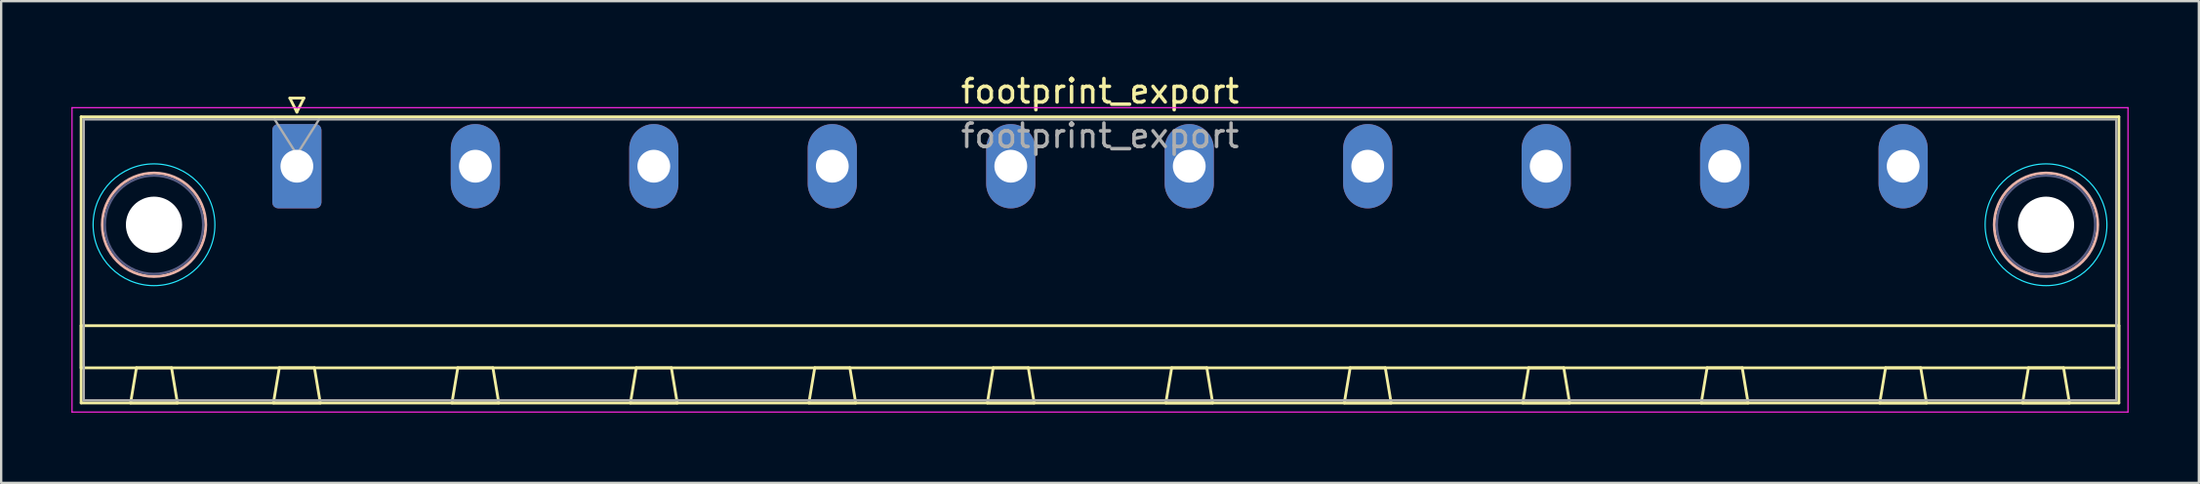
<source format=kicad_pcb>
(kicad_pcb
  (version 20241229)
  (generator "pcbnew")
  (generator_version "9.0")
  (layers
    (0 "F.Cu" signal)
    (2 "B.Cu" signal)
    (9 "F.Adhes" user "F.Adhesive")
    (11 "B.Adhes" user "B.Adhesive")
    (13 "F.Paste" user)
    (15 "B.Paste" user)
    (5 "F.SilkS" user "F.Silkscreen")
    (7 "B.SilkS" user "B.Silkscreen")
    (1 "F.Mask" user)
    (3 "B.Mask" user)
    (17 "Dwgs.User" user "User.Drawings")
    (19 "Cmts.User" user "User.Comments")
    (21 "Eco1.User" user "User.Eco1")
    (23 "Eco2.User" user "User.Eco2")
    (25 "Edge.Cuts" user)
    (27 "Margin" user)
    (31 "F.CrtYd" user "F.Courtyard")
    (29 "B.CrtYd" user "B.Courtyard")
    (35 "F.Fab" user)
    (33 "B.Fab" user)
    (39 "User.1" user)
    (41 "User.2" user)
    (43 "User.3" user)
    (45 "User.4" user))
  (footprint "footprint_export"
    (layer "F.Cu")
    (at 9.625 4.048)
    (property "Reference" "footprint_export" (at 34.29 -3.2 0) (layer "F.SilkS") (effects (font (size 1 1) (thickness 0.15))))
    (attr through_hole)
    (fp_line (start -9.21 -2.11) (end -9.21 10.11) (stroke (width 0.12) (type solid)) (layer "F.SilkS"))
    (fp_line (start -9.21 6.81) (end 77.79 6.81) (stroke (width 0.12) (type solid)) (layer "F.SilkS"))
    (fp_line (start -9.21 8.61) (end -9.21 6.81) (stroke (width 0.12) (type solid)) (layer "F.SilkS"))
    (fp_line (start -9.21 10.11) (end 77.79 10.11) (stroke (width 0.12) (type solid)) (layer "F.SilkS"))
    (fp_line (start -7.1 10.11) (end -5.1 10.11) (stroke (width 0.12) (type solid)) (layer "F.SilkS"))
    (fp_line (start -6.85 8.61) (end -7.1 10.11) (stroke (width 0.12) (type solid)) (layer "F.SilkS"))
    (fp_line (start -5.35 8.61) (end -6.85 8.61) (stroke (width 0.12) (type solid)) (layer "F.SilkS"))
    (fp_line (start -5.1 10.11) (end -5.35 8.61) (stroke (width 0.12) (type solid)) (layer "F.SilkS"))
    (fp_line (start -1 10.11) (end 1 10.11) (stroke (width 0.12) (type solid)) (layer "F.SilkS"))
    (fp_line (start -0.75 8.61) (end -1 10.11) (stroke (width 0.12) (type solid)) (layer "F.SilkS"))
    (fp_line (start -0.3 -2.91) (end 0.3 -2.91) (stroke (width 0.12) (type solid)) (layer "F.SilkS"))
    (fp_line (start 0 -2.31) (end -0.3 -2.91) (stroke (width 0.12) (type solid)) (layer "F.SilkS"))
    (fp_line (start 0.3 -2.91) (end 0 -2.31) (stroke (width 0.12) (type solid)) (layer "F.SilkS"))
    (fp_line (start 0.75 8.61) (end -0.75 8.61) (stroke (width 0.12) (type solid)) (layer "F.SilkS"))
    (fp_line (start 1 10.11) (end 0.75 8.61) (stroke (width 0.12) (type solid)) (layer "F.SilkS"))
    (fp_line (start 6.62 10.11) (end 8.62 10.11) (stroke (width 0.12) (type solid)) (layer "F.SilkS"))
    (fp_line (start 6.87 8.61) (end 6.62 10.11) (stroke (width 0.12) (type solid)) (layer "F.SilkS"))
    (fp_line (start 8.37 8.61) (end 6.87 8.61) (stroke (width 0.12) (type solid)) (layer "F.SilkS"))
    (fp_line (start 8.62 10.11) (end 8.37 8.61) (stroke (width 0.12) (type solid)) (layer "F.SilkS"))
    (fp_line (start 14.24 10.11) (end 16.24 10.11) (stroke (width 0.12) (type solid)) (layer "F.SilkS"))
    (fp_line (start 14.49 8.61) (end 14.24 10.11) (stroke (width 0.12) (type solid)) (layer "F.SilkS"))
    (fp_line (start 15.99 8.61) (end 14.49 8.61) (stroke (width 0.12) (type solid)) (layer "F.SilkS"))
    (fp_line (start 16.24 10.11) (end 15.99 8.61) (stroke (width 0.12) (type solid)) (layer "F.SilkS"))
    (fp_line (start 21.86 10.11) (end 23.86 10.11) (stroke (width 0.12) (type solid)) (layer "F.SilkS"))
    (fp_line (start 22.11 8.61) (end 21.86 10.11) (stroke (width 0.12) (type solid)) (layer "F.SilkS"))
    (fp_line (start 23.61 8.61) (end 22.11 8.61) (stroke (width 0.12) (type solid)) (layer "F.SilkS"))
    (fp_line (start 23.86 10.11) (end 23.61 8.61) (stroke (width 0.12) (type solid)) (layer "F.SilkS"))
    (fp_line (start 29.48 10.11) (end 31.48 10.11) (stroke (width 0.12) (type solid)) (layer "F.SilkS"))
    (fp_line (start 29.73 8.61) (end 29.48 10.11) (stroke (width 0.12) (type solid)) (layer "F.SilkS"))
    (fp_line (start 31.23 8.61) (end 29.73 8.61) (stroke (width 0.12) (type solid)) (layer "F.SilkS"))
    (fp_line (start 31.48 10.11) (end 31.23 8.61) (stroke (width 0.12) (type solid)) (layer "F.SilkS"))
    (fp_line (start 37.1 10.11) (end 39.1 10.11) (stroke (width 0.12) (type solid)) (layer "F.SilkS"))
    (fp_line (start 37.35 8.61) (end 37.1 10.11) (stroke (width 0.12) (type solid)) (layer "F.SilkS"))
    (fp_line (start 38.85 8.61) (end 37.35 8.61) (stroke (width 0.12) (type solid)) (layer "F.SilkS"))
    (fp_line (start 39.1 10.11) (end 38.85 8.61) (stroke (width 0.12) (type solid)) (layer "F.SilkS"))
    (fp_line (start 44.72 10.11) (end 46.72 10.11) (stroke (width 0.12) (type solid)) (layer "F.SilkS"))
    (fp_line (start 44.97 8.61) (end 44.72 10.11) (stroke (width 0.12) (type solid)) (layer "F.SilkS"))
    (fp_line (start 46.47 8.61) (end 44.97 8.61) (stroke (width 0.12) (type solid)) (layer "F.SilkS"))
    (fp_line (start 46.72 10.11) (end 46.47 8.61) (stroke (width 0.12) (type solid)) (layer "F.SilkS"))
    (fp_line (start 52.34 10.11) (end 54.34 10.11) (stroke (width 0.12) (type solid)) (layer "F.SilkS"))
    (fp_line (start 52.59 8.61) (end 52.34 10.11) (stroke (width 0.12) (type solid)) (layer "F.SilkS"))
    (fp_line (start 54.09 8.61) (end 52.59 8.61) (stroke (width 0.12) (type solid)) (layer "F.SilkS"))
    (fp_line (start 54.34 10.11) (end 54.09 8.61) (stroke (width 0.12) (type solid)) (layer "F.SilkS"))
    (fp_line (start 59.96 10.11) (end 61.96 10.11) (stroke (width 0.12) (type solid)) (layer "F.SilkS"))
    (fp_line (start 60.21 8.61) (end 59.96 10.11) (stroke (width 0.12) (type solid)) (layer "F.SilkS"))
    (fp_line (start 61.71 8.61) (end 60.21 8.61) (stroke (width 0.12) (type solid)) (layer "F.SilkS"))
    (fp_line (start 61.96 10.11) (end 61.71 8.61) (stroke (width 0.12) (type solid)) (layer "F.SilkS"))
    (fp_line (start 67.58 10.11) (end 69.58 10.11) (stroke (width 0.12) (type solid)) (layer "F.SilkS"))
    (fp_line (start 67.83 8.61) (end 67.58 10.11) (stroke (width 0.12) (type solid)) (layer "F.SilkS"))
    (fp_line (start 69.33 8.61) (end 67.83 8.61) (stroke (width 0.12) (type solid)) (layer "F.SilkS"))
    (fp_line (start 69.58 10.11) (end 69.33 8.61) (stroke (width 0.12) (type solid)) (layer "F.SilkS"))
    (fp_line (start 73.68 10.11) (end 75.68 10.11) (stroke (width 0.12) (type solid)) (layer "F.SilkS"))
    (fp_line (start 73.93 8.61) (end 73.68 10.11) (stroke (width 0.12) (type solid)) (layer "F.SilkS"))
    (fp_line (start 75.43 8.61) (end 73.93 8.61) (stroke (width 0.12) (type solid)) (layer "F.SilkS"))
    (fp_line (start 75.68 10.11) (end 75.43 8.61) (stroke (width 0.12) (type solid)) (layer "F.SilkS"))
    (fp_line (start 77.79 -2.11) (end -9.21 -2.11) (stroke (width 0.12) (type solid)) (layer "F.SilkS"))
    (fp_line (start 77.79 6.81) (end 77.79 8.61) (stroke (width 0.12) (type solid)) (layer "F.SilkS"))
    (fp_line (start 77.79 8.61) (end -9.21 8.61) (stroke (width 0.12) (type solid)) (layer "F.SilkS"))
    (fp_line (start 77.79 10.11) (end 77.79 -2.11) (stroke (width 0.12) (type solid)) (layer "F.SilkS"))
    (fp_circle (center -6.1 2.5) (end -3.89 2.5) (stroke (width 0.12) (type solid)) (fill no) (layer "B.SilkS"))
    (fp_circle (center 74.68 2.5) (end 76.89 2.5) (stroke (width 0.12) (type solid)) (fill no) (layer "B.SilkS"))
    (fp_circle (center -6.1 2.5) (end -3.5 2.5) (stroke (width 0.05) (type solid)) (fill no) (layer "B.CrtYd"))
    (fp_circle (center 74.68 2.5) (end 77.28 2.5) (stroke (width 0.05) (type solid)) (fill no) (layer "B.CrtYd"))
    (fp_line (start -9.6 -2.5) (end -9.6 10.5) (stroke (width 0.05) (type solid)) (layer "F.CrtYd"))
    (fp_line (start -9.6 10.5) (end 78.18 10.5) (stroke (width 0.05) (type solid)) (layer "F.CrtYd"))
    (fp_line (start 78.18 -2.5) (end -9.6 -2.5) (stroke (width 0.05) (type solid)) (layer "F.CrtYd"))
    (fp_line (start 78.18 10.5) (end 78.18 -2.5) (stroke (width 0.05) (type solid)) (layer "F.CrtYd"))
    (fp_circle (center -6.1 2.5) (end -4 2.5) (stroke (width 0.1) (type solid)) (fill no) (layer "B.Fab"))
    (fp_circle (center 74.68 2.5) (end 76.78 2.5) (stroke (width 0.1) (type solid)) (fill no) (layer "B.Fab"))
    (fp_line (start -9.1 -2) (end -9.1 10) (stroke (width 0.1) (type solid)) (layer "F.Fab"))
    (fp_line (start -9.1 10) (end 77.68 10) (stroke (width 0.1) (type solid)) (layer "F.Fab"))
    (fp_line (start 0 -0.5) (end -0.95 -2) (stroke (width 0.1) (type solid)) (layer "F.Fab"))
    (fp_line (start 0.95 -2) (end 0 -0.5) (stroke (width 0.1) (type solid)) (layer "F.Fab"))
    (fp_line (start 77.68 -2) (end -9.1 -2) (stroke (width 0.1) (type solid)) (layer "F.Fab"))
    (fp_line (start 77.68 10) (end 77.68 -2) (stroke (width 0.1) (type solid)) (layer "F.Fab"))
    (fp_text user "${REFERENCE}" (at 34.29 -1.3 0) (layer "F.Fab") (effects (font (size 1 1) (thickness 0.15))))
    (pad "" np_thru_hole circle (at -6.1 2.5) (size 2.4 2.4) (drill 2.4) (layers "*.Cu" "*.Mask"))
    (pad "" np_thru_hole circle (at 74.68 2.5) (size 2.4 2.4) (drill 2.4) (layers "*.Cu" "*.Mask"))
    (pad "1" thru_hole roundrect (at 0 0) (size 2.1 3.6) (drill 1.4) (layers "*.Cu" "*.Mask") (roundrect_rratio 0.119))
    (pad "2" thru_hole oval (at 7.62 0) (size 2.1 3.6) (drill 1.4) (layers "*.Cu" "*.Mask"))
    (pad "3" thru_hole oval (at 15.24 0) (size 2.1 3.6) (drill 1.4) (layers "*.Cu" "*.Mask"))
    (pad "4" thru_hole oval (at 22.86 0) (size 2.1 3.6) (drill 1.4) (layers "*.Cu" "*.Mask"))
    (pad "5" thru_hole oval (at 30.48 0) (size 2.1 3.6) (drill 1.4) (layers "*.Cu" "*.Mask"))
    (pad "6" thru_hole oval (at 38.1 0) (size 2.1 3.6) (drill 1.4) (layers "*.Cu" "*.Mask"))
    (pad "7" thru_hole oval (at 45.72 0) (size 2.1 3.6) (drill 1.4) (layers "*.Cu" "*.Mask"))
    (pad "8" thru_hole oval (at 53.34 0) (size 2.1 3.6) (drill 1.4) (layers "*.Cu" "*.Mask"))
    (pad "9" thru_hole oval (at 60.96 0) (size 2.1 3.6) (drill 1.4) (layers "*.Cu" "*.Mask"))
    (pad "10" thru_hole oval (at 68.58 0) (size 2.1 3.6) (drill 1.4) (layers "*.Cu" "*.Mask")))
  (gr_rect
    (start -3 -3)
    (end 90.83 17.573)
    (stroke (width 0.1) (type default))
    (fill no)
    (layer "Edge.Cuts")))
</source>
